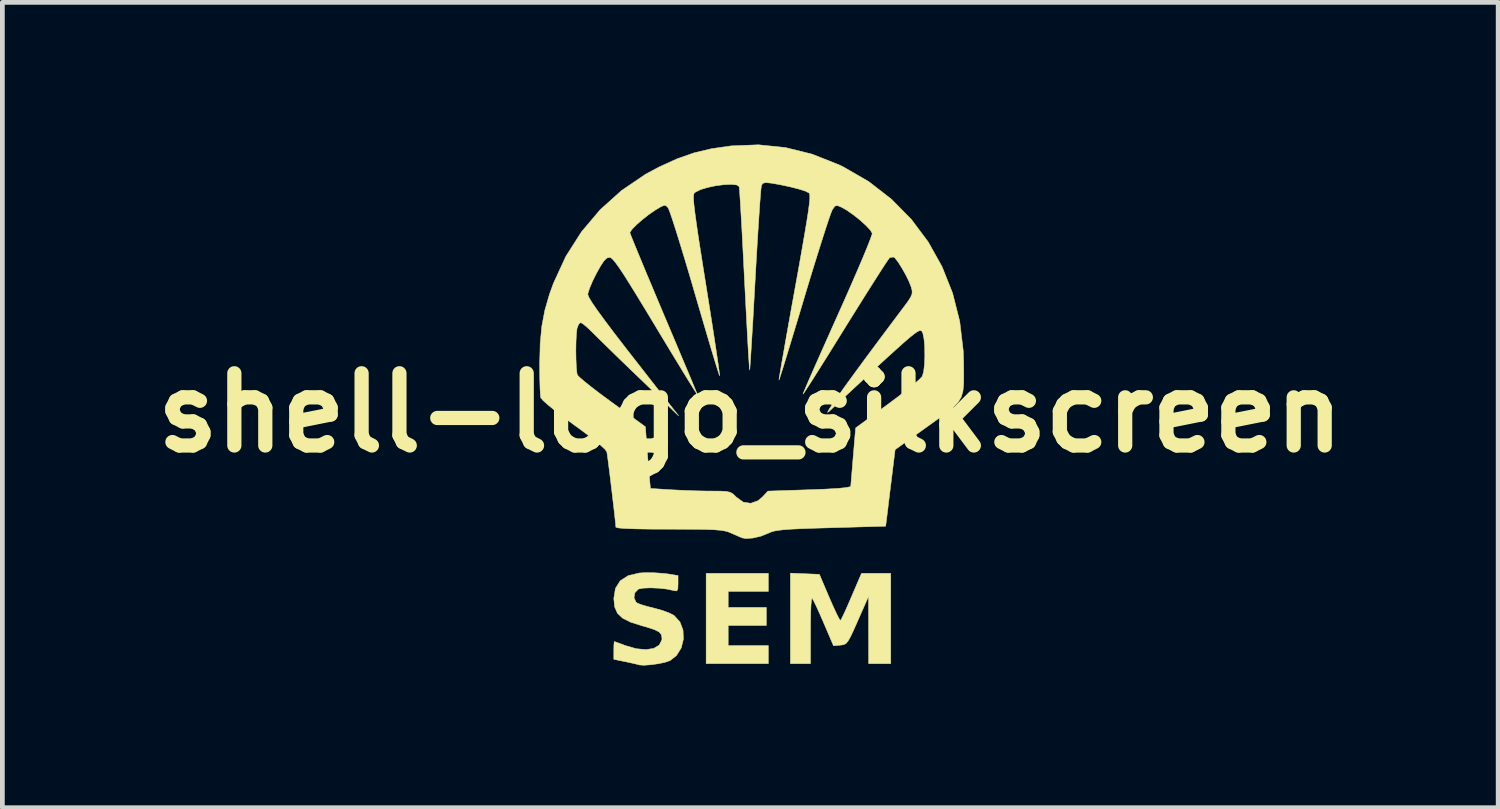
<source format=kicad_pcb>
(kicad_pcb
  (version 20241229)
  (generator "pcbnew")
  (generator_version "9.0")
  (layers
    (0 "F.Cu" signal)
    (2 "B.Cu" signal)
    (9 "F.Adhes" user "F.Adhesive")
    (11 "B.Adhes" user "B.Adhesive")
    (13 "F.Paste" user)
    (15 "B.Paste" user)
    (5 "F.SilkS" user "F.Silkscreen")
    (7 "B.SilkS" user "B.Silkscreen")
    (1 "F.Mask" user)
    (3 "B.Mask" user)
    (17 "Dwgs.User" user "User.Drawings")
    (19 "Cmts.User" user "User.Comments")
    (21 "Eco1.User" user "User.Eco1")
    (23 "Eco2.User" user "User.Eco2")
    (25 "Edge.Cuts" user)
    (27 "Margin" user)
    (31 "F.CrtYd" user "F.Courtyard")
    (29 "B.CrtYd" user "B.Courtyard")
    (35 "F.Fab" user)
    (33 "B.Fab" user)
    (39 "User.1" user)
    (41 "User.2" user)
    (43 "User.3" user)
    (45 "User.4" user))
  (footprint "shell-logo_silkscreen"
    (layer "F.Cu")
    (at 12.78 5.66)
    (property "Reference" "shell-logo_silkscreen" (at 0 0 0) (layer "F.SilkS") (effects (font (size 1.524 1.524) (thickness 0.3))))
    (attr through_hole)
    (fp_poly (pts (xy 1.101 -0.318) (xy 1.079 -0.296) (xy 1.058 -0.318) (xy 1.079 -0.339) (xy 1.101 -0.318)) (stroke (width 0.01) (type solid)) (fill yes) (layer "F.Mask"))
    (fp_poly (pts (xy -0.607 -0.663) (xy -0.602 -0.613) (xy -0.607 -0.607) (xy -0.632 -0.613) (xy -0.635 -0.635) (xy -0.62 -0.67) (xy -0.607 -0.663)) (stroke (width 0.01) (type solid)) (fill yes) (layer "F.Mask"))
    (fp_poly (pts (xy 0.381 3.768) (xy -0.466 3.768) (xy -0.466 4.106) (xy 0.339 4.106) (xy 0.339 4.487) (xy -0.466 4.487) (xy -0.466 4.911) (xy 0.381 4.911) (xy 0.381 5.292) (xy -0.931 5.292) (xy -0.931 3.387) (xy 0.381 3.387) (xy 0.381 3.768)) (stroke (width 0.01) (type solid)) (fill yes) (layer "F.SilkS"))
    (fp_poly (pts (xy 1.458 3.408) (xy 1.669 3.903) (xy 1.75 4.087) (xy 1.82 4.238) (xy 1.873 4.342) (xy 1.902 4.383) (xy 1.903 4.383) (xy 1.928 4.34) (xy 1.979 4.235) (xy 2.048 4.082) (xy 2.128 3.898) (xy 2.137 3.877) (xy 2.347 3.387) (xy 2.963 3.387) (xy 2.963 5.292) (xy 2.498 5.292) (xy 2.496 4.583) (xy 2.495 3.873) (xy 2.271 4.381) (xy 2.179 4.588) (xy 2.112 4.73) (xy 2.061 4.819) (xy 2.017 4.869) (xy 1.97 4.892) (xy 1.912 4.901) (xy 1.902 4.902) (xy 1.756 4.915) (xy 1.545 4.422) (xy 1.463 4.234) (xy 1.391 4.076) (xy 1.335 3.963) (xy 1.304 3.911) (xy 1.302 3.91) (xy 1.292 3.943) (xy 1.282 4.047) (xy 1.275 4.209) (xy 1.271 4.416) (xy 1.27 4.591) (xy 1.27 5.292) (xy 0.847 5.292) (xy 0.847 3.383) (xy 1.458 3.408)) (stroke (width 0.01) (type solid)) (fill yes) (layer "F.SilkS"))
    (fp_poly (pts (xy -2.023 3.375) (xy -1.836 3.388) (xy -1.725 3.401) (xy -1.524 3.434) (xy -1.524 3.606) (xy -1.528 3.714) (xy -1.55 3.757) (xy -1.602 3.754) (xy -1.619 3.749) (xy -1.76 3.719) (xy -1.931 3.7) (xy -2.107 3.693) (xy -2.258 3.699) (xy -2.357 3.718) (xy -2.364 3.722) (xy -2.436 3.798) (xy -2.453 3.899) (xy -2.414 3.99) (xy -2.379 4.017) (xy -2.299 4.048) (xy -2.167 4.087) (xy -2.014 4.125) (xy -1.848 4.172) (xy -1.699 4.228) (xy -1.607 4.277) (xy -1.484 4.412) (xy -1.419 4.585) (xy -1.411 4.775) (xy -1.457 4.961) (xy -1.557 5.121) (xy -1.693 5.228) (xy -1.795 5.263) (xy -1.942 5.294) (xy -2.103 5.316) (xy -2.247 5.326) (xy -2.343 5.319) (xy -2.349 5.317) (xy -2.412 5.3) (xy -2.528 5.274) (xy -2.635 5.251) (xy -2.879 5.201) (xy -2.879 5.013) (xy -2.877 4.901) (xy -2.871 4.834) (xy -2.868 4.826) (xy -2.826 4.84) (xy -2.729 4.875) (xy -2.635 4.911) (xy -2.405 4.977) (xy -2.201 4.996) (xy -2.036 4.97) (xy -1.92 4.9) (xy -1.865 4.79) (xy -1.863 4.754) (xy -1.875 4.682) (xy -1.922 4.625) (xy -2.017 4.576) (xy -2.175 4.524) (xy -2.275 4.496) (xy -2.521 4.419) (xy -2.693 4.333) (xy -2.803 4.229) (xy -2.861 4.096) (xy -2.879 3.922) (xy -2.879 3.915) (xy -2.845 3.704) (xy -2.744 3.544) (xy -2.576 3.436) (xy -2.343 3.38) (xy -2.208 3.372) (xy -2.023 3.375)) (stroke (width 0.01) (type solid)) (fill yes) (layer "F.SilkS"))
    (fp_poly (pts (xy 0.742 -5.597) (xy 1.304 -5.458) (xy 1.867 -5.235) (xy 1.968 -5.186) (xy 2.501 -4.878) (xy 2.979 -4.507) (xy 3.398 -4.082) (xy 3.755 -3.605) (xy 4.046 -3.084) (xy 4.269 -2.525) (xy 4.419 -1.931) (xy 4.493 -1.31) (xy 4.501 -1.079) (xy 4.504 -0.817) (xy 4.502 -0.615) (xy 4.487 -0.458) (xy 4.451 -0.333) (xy 4.386 -0.224) (xy 4.284 -0.118) (xy 4.137 0.001) (xy 3.937 0.146) (xy 3.749 0.281) (xy 3.056 0.777) (xy 3.006 1.182) (xy 2.976 1.425) (xy 2.942 1.698) (xy 2.911 1.95) (xy 2.907 1.99) (xy 2.857 2.392) (xy 1.7 2.425) (xy 1.349 2.435) (xy 1.073 2.445) (xy 0.86 2.455) (xy 0.7 2.467) (xy 0.582 2.481) (xy 0.495 2.497) (xy 0.429 2.518) (xy 0.381 2.54) (xy 0.223 2.603) (xy 0.054 2.642) (xy -0.094 2.652) (xy -0.169 2.639) (xy -0.246 2.607) (xy -0.362 2.556) (xy -0.41 2.535) (xy -0.472 2.51) (xy -0.542 2.492) (xy -0.632 2.478) (xy -0.753 2.468) (xy -0.917 2.461) (xy -1.133 2.457) (xy -1.413 2.456) (xy -1.712 2.455) (xy -2.103 2.454) (xy -2.41 2.449) (xy -2.634 2.441) (xy -2.775 2.43) (xy -2.834 2.415) (xy -2.836 2.411) (xy -2.841 2.349) (xy -2.855 2.22) (xy -2.875 2.041) (xy -2.9 1.829) (xy -2.927 1.602) (xy -2.954 1.375) (xy -2.98 1.166) (xy -3.002 0.993) (xy -3.019 0.872) (xy -3.027 0.823) (xy -3.068 0.767) (xy -3.174 0.67) (xy -3.338 0.537) (xy -3.552 0.375) (xy -3.721 0.252) (xy -3.932 0.097) (xy -4.119 -0.046) (xy -4.269 -0.168) (xy -4.373 -0.261) (xy -4.419 -0.315) (xy -4.42 -0.318) (xy -4.429 -0.388) (xy -4.436 -0.527) (xy -4.441 -0.715) (xy -4.443 -0.936) (xy -4.444 -1.037) (xy -4.436 -1.315) (xy -3.68 -1.315) (xy -3.677 -1.127) (xy -3.67 -0.961) (xy -3.658 -0.84) (xy -3.648 -0.798) (xy -3.606 -0.753) (xy -3.506 -0.667) (xy -3.359 -0.549) (xy -3.175 -0.408) (xy -2.965 -0.253) (xy -2.916 -0.217) (xy -2.213 0.294) (xy -2.185 0.666) (xy -2.169 0.88) (xy -2.15 1.104) (xy -2.134 1.295) (xy -2.132 1.317) (xy -2.107 1.596) (xy -1.661 1.624) (xy -1.415 1.636) (xy -1.144 1.646) (xy -0.895 1.651) (xy -0.815 1.651) (xy -0.627 1.652) (xy -0.504 1.659) (xy -0.423 1.677) (xy -0.364 1.711) (xy -0.307 1.767) (xy -0.296 1.778) (xy -0.149 1.884) (xy 0.009 1.909) (xy 0.164 1.854) (xy 0.254 1.778) (xy 0.372 1.652) (xy 1.244 1.623) (xy 1.587 1.61) (xy 1.845 1.595) (xy 2.018 1.578) (xy 2.107 1.56) (xy 2.12 1.549) (xy 2.125 1.492) (xy 2.135 1.367) (xy 2.15 1.191) (xy 2.167 0.981) (xy 2.173 0.911) (xy 2.223 0.319) (xy 2.9 -0.177) (xy 3.112 -0.335) (xy 3.302 -0.482) (xy 3.459 -0.61) (xy 3.571 -0.707) (xy 3.627 -0.767) (xy 3.629 -0.77) (xy 3.658 -0.869) (xy 3.676 -1.021) (xy 3.683 -1.204) (xy 3.68 -1.39) (xy 3.666 -1.556) (xy 3.642 -1.676) (xy 3.625 -1.714) (xy 3.61 -1.73) (xy 3.59 -1.736) (xy 3.561 -1.73) (xy 3.516 -1.706) (xy 3.453 -1.661) (xy 3.365 -1.591) (xy 3.249 -1.491) (xy 3.1 -1.358) (xy 2.912 -1.188) (xy 2.682 -0.977) (xy 2.405 -0.72) (xy 2.075 -0.414) (xy 1.688 -0.054) (xy 1.657 -0.024) (xy 1.63 -0.009) (xy 1.654 -0.058) (xy 1.726 -0.17) (xy 1.845 -0.342) (xy 2.008 -0.572) (xy 2.216 -0.857) (xy 2.465 -1.196) (xy 2.755 -1.586) (xy 3.083 -2.024) (xy 3.209 -2.192) (xy 3.319 -2.339) (xy 3.384 -2.439) (xy 3.413 -2.511) (xy 3.415 -2.575) (xy 3.396 -2.65) (xy 3.394 -2.658) (xy 3.348 -2.774) (xy 3.279 -2.914) (xy 3.198 -3.057) (xy 3.119 -3.182) (xy 3.054 -3.265) (xy 3.026 -3.287) (xy 2.956 -3.279) (xy 2.939 -3.27) (xy 2.907 -3.228) (xy 2.836 -3.122) (xy 2.731 -2.96) (xy 2.597 -2.749) (xy 2.438 -2.498) (xy 2.26 -2.214) (xy 2.067 -1.905) (xy 2.009 -1.812) (xy 1.815 -1.499) (xy 1.636 -1.211) (xy 1.475 -0.955) (xy 1.338 -0.738) (xy 1.229 -0.568) (xy 1.154 -0.453) (xy 1.116 -0.399) (xy 1.113 -0.396) (xy 1.128 -0.436) (xy 1.173 -0.545) (xy 1.247 -0.715) (xy 1.345 -0.939) (xy 1.464 -1.207) (xy 1.6 -1.513) (xy 1.75 -1.849) (xy 1.843 -2.056) (xy 2 -2.408) (xy 2.145 -2.738) (xy 2.275 -3.037) (xy 2.386 -3.298) (xy 2.474 -3.512) (xy 2.536 -3.671) (xy 2.569 -3.765) (xy 2.573 -3.787) (xy 2.534 -3.854) (xy 2.442 -3.952) (xy 2.317 -4.065) (xy 2.175 -4.178) (xy 2.034 -4.276) (xy 1.933 -4.334) (xy 1.841 -4.372) (xy 1.788 -4.363) (xy 1.738 -4.296) (xy 1.731 -4.284) (xy 1.704 -4.22) (xy 1.656 -4.084) (xy 1.59 -3.884) (xy 1.509 -3.631) (xy 1.415 -3.333) (xy 1.311 -2.998) (xy 1.201 -2.637) (xy 1.138 -2.426) (xy 1.028 -2.059) (xy 0.925 -1.719) (xy 0.832 -1.414) (xy 0.752 -1.152) (xy 0.687 -0.941) (xy 0.639 -0.79) (xy 0.612 -0.707) (xy 0.606 -0.693) (xy 0.611 -0.735) (xy 0.63 -0.852) (xy 0.661 -1.036) (xy 0.704 -1.279) (xy 0.755 -1.572) (xy 0.815 -1.908) (xy 0.881 -2.277) (xy 0.947 -2.641) (xy 1.031 -3.106) (xy 1.099 -3.494) (xy 1.154 -3.812) (xy 1.196 -4.066) (xy 1.227 -4.265) (xy 1.246 -4.413) (xy 1.256 -4.518) (xy 1.256 -4.587) (xy 1.249 -4.626) (xy 1.242 -4.636) (xy 1.17 -4.675) (xy 1.03 -4.72) (xy 0.841 -4.768) (xy 0.62 -4.815) (xy 0.44 -4.846) (xy 0.323 -4.858) (xy 0.262 -4.84) (xy 0.237 -4.799) (xy 0.228 -4.742) (xy 0.216 -4.61) (xy 0.201 -4.411) (xy 0.184 -4.154) (xy 0.164 -3.848) (xy 0.143 -3.502) (xy 0.121 -3.124) (xy 0.104 -2.821) (xy 0.082 -2.428) (xy 0.062 -2.062) (xy 0.042 -1.732) (xy 0.025 -1.445) (xy 0.01 -1.21) (xy -0.001 -1.037) (xy -0.009 -0.932) (xy -0.013 -0.904) (xy -0.018 -0.942) (xy -0.026 -1.057) (xy -0.038 -1.239) (xy -0.052 -1.481) (xy -0.068 -1.774) (xy -0.086 -2.11) (xy -0.105 -2.48) (xy -0.122 -2.806) (xy -0.142 -3.201) (xy -0.161 -3.571) (xy -0.179 -3.908) (xy -0.196 -4.201) (xy -0.21 -4.443) (xy -0.222 -4.625) (xy -0.23 -4.738) (xy -0.234 -4.773) (xy -0.286 -4.808) (xy -0.399 -4.82) (xy -0.551 -4.814) (xy -0.724 -4.792) (xy -0.895 -4.756) (xy -1.046 -4.711) (xy -1.154 -4.658) (xy -1.18 -4.638) (xy -1.192 -4.613) (xy -1.198 -4.566) (xy -1.196 -4.487) (xy -1.186 -4.372) (xy -1.167 -4.213) (xy -1.138 -4.002) (xy -1.099 -3.733) (xy -1.047 -3.399) (xy -0.983 -2.994) (xy -0.934 -2.687) (xy -0.872 -2.298) (xy -0.815 -1.935) (xy -0.764 -1.606) (xy -0.721 -1.321) (xy -0.686 -1.088) (xy -0.661 -0.914) (xy -0.648 -0.809) (xy -0.646 -0.78) (xy -0.66 -0.816) (xy -0.695 -0.925) (xy -0.749 -1.1) (xy -0.819 -1.33) (xy -0.902 -1.61) (xy -0.996 -1.929) (xy -1.099 -2.281) (xy -1.165 -2.506) (xy -1.273 -2.877) (xy -1.377 -3.225) (xy -1.473 -3.541) (xy -1.558 -3.815) (xy -1.63 -4.04) (xy -1.686 -4.206) (xy -1.723 -4.304) (xy -1.734 -4.326) (xy -1.775 -4.368) (xy -1.817 -4.377) (xy -1.885 -4.349) (xy -2 -4.28) (xy -2.011 -4.273) (xy -2.147 -4.179) (xy -2.285 -4.07) (xy -2.408 -3.961) (xy -2.499 -3.868) (xy -2.539 -3.806) (xy -2.54 -3.8) (xy -2.524 -3.755) (xy -2.478 -3.64) (xy -2.406 -3.464) (xy -2.311 -3.234) (xy -2.197 -2.959) (xy -2.066 -2.648) (xy -1.923 -2.307) (xy -1.838 -2.105) (xy -1.688 -1.751) (xy -1.548 -1.419) (xy -1.422 -1.119) (xy -1.312 -0.859) (xy -1.223 -0.647) (xy -1.159 -0.491) (xy -1.121 -0.4) (xy -1.114 -0.381) (xy -1.13 -0.402) (xy -1.185 -0.489) (xy -1.275 -0.633) (xy -1.396 -0.829) (xy -1.542 -1.069) (xy -1.71 -1.345) (xy -1.895 -1.651) (xy -1.984 -1.799) (xy -2.211 -2.175) (xy -2.399 -2.483) (xy -2.552 -2.731) (xy -2.674 -2.924) (xy -2.77 -3.068) (xy -2.844 -3.17) (xy -2.899 -3.235) (xy -2.939 -3.27) (xy -2.97 -3.281) (xy -2.97 -3.281) (xy -3.026 -3.265) (xy -3.086 -3.208) (xy -3.159 -3.098) (xy -3.246 -2.942) (xy -3.328 -2.778) (xy -3.39 -2.631) (xy -3.424 -2.524) (xy -3.428 -2.498) (xy -3.407 -2.44) (xy -3.343 -2.332) (xy -3.233 -2.171) (xy -3.076 -1.956) (xy -2.87 -1.682) (xy -2.613 -1.348) (xy -2.469 -1.164) (xy -1.511 0.064) (xy -2.311 -0.706) (xy -2.54 -0.926) (xy -2.76 -1.138) (xy -2.96 -1.333) (xy -3.13 -1.5) (xy -3.258 -1.626) (xy -3.322 -1.69) (xy -3.432 -1.796) (xy -3.524 -1.873) (xy -3.579 -1.905) (xy -3.581 -1.905) (xy -3.622 -1.868) (xy -3.655 -1.779) (xy -3.657 -1.773) (xy -3.669 -1.662) (xy -3.677 -1.501) (xy -3.68 -1.315) (xy -4.436 -1.315) (xy -4.433 -1.46) (xy -4.398 -1.827) (xy -4.334 -2.165) (xy -4.237 -2.5) (xy -4.153 -2.733) (xy -3.891 -3.301) (xy -3.561 -3.819) (xy -3.169 -4.283) (xy -2.717 -4.689) (xy -2.211 -5.033) (xy -1.926 -5.186) (xy -1.543 -5.36) (xy -1.186 -5.485) (xy -0.82 -5.572) (xy -0.412 -5.631) (xy -0.404 -5.632) (xy 0.174 -5.655) (xy 0.742 -5.597)) (stroke (width 0.01) (type solid)) (fill yes) (layer "F.SilkS")))
  (gr_rect
    (start -3 -3)
    (end 28.56 13.991)
    (stroke (width 0.1) (type default))
    (fill no)
    (layer "Edge.Cuts")))
</source>
